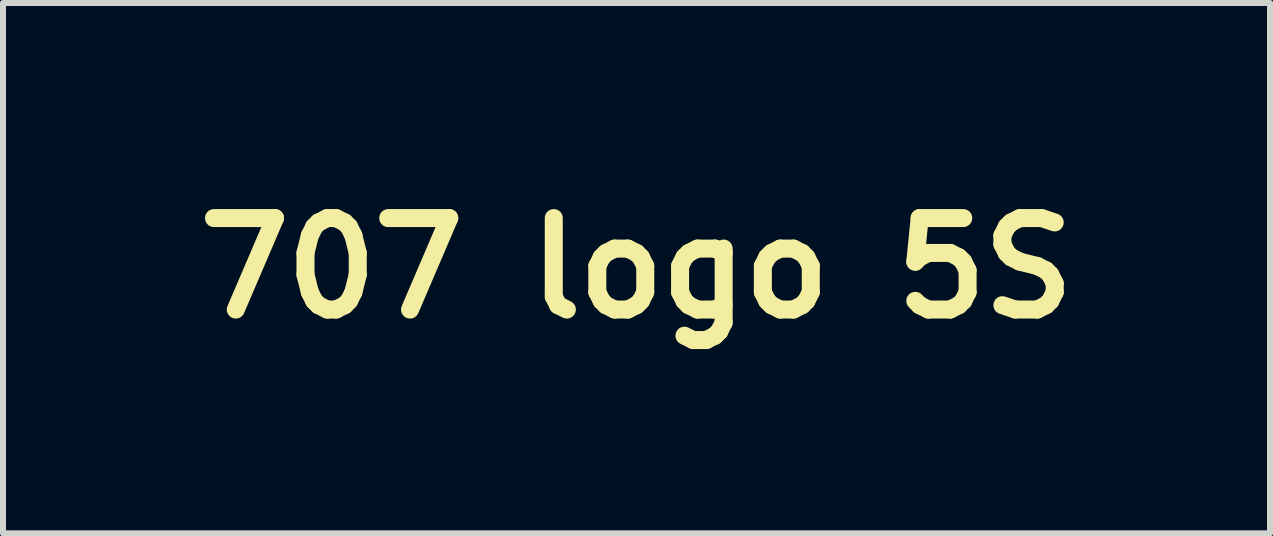
<source format=kicad_pcb>
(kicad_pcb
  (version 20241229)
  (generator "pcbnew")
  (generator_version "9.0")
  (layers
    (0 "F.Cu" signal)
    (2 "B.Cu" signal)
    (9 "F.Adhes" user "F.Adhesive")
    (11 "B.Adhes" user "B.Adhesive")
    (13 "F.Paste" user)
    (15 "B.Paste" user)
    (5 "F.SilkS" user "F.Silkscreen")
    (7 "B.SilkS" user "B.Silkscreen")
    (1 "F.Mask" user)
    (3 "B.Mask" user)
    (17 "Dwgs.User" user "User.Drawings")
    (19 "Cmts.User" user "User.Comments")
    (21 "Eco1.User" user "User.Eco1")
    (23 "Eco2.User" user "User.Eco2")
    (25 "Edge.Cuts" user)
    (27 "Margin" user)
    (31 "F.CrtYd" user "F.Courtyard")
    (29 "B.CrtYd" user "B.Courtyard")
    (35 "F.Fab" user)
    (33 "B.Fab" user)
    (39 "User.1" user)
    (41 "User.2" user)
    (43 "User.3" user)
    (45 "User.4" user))
  (footprint "707 logo 5S"
    (layer "F.Cu")
    (at 7.555 1.418)
    (property "Reference" "707 logo 5S" (at 0 0 0) (layer "F.SilkS") (effects (font (size 1.524 1.524) (thickness 0.3))))
    (attr through_hole)
    (fp_poly (pts (xy -0.292 -0.099) (xy -0.268 -0.092) (xy -0.247 -0.081) (xy -0.229 -0.066) (xy -0.213 -0.047) (xy -0.201 -0.026) (xy -0.193 -0.002) (xy -0.192 0.005) (xy -0.189 0.023) (xy -0.455 0.023) (xy -0.453 0.011) (xy -0.448 -0.01) (xy -0.438 -0.032) (xy -0.425 -0.051) (xy -0.41 -0.069) (xy -0.392 -0.083) (xy -0.391 -0.083) (xy -0.374 -0.091) (xy -0.353 -0.097) (xy -0.332 -0.101) (xy -0.31 -0.101) (xy -0.292 -0.099)) (stroke (width 0.01) (type solid)) (fill yes) (layer "F.Mask"))
    (fp_poly (pts (xy 1.178 -0.1) (xy 1.191 -0.098) (xy 1.217 -0.091) (xy 1.24 -0.08) (xy 1.261 -0.064) (xy 1.279 -0.045) (xy 1.292 -0.023) (xy 1.303 0.002) (xy 1.307 0.021) (xy 1.31 0.048) (xy 1.309 0.075) (xy 1.303 0.101) (xy 1.293 0.125) (xy 1.279 0.147) (xy 1.263 0.165) (xy 1.242 0.181) (xy 1.219 0.193) (xy 1.2 0.199) (xy 1.186 0.202) (xy 1.17 0.203) (xy 1.152 0.203) (xy 1.136 0.201) (xy 1.125 0.199) (xy 1.1 0.19) (xy 1.077 0.176) (xy 1.057 0.159) (xy 1.04 0.139) (xy 1.027 0.115) (xy 1.02 0.097) (xy 1.017 0.081) (xy 1.016 0.062) (xy 1.015 0.043) (xy 1.017 0.024) (xy 1.019 0.01) (xy 1.029 -0.016) (xy 1.042 -0.039) (xy 1.059 -0.059) (xy 1.078 -0.075) (xy 1.101 -0.088) (xy 1.125 -0.096) (xy 1.151 -0.1) (xy 1.178 -0.1)) (stroke (width 0.01) (type solid)) (fill yes) (layer "F.Mask"))
    (fp_poly (pts (xy 2.54 0.953) (xy -2.54 0.953) (xy -2.54 -0.298) (xy -2.059 -0.298) (xy -2.058 -0.287) (xy -2.056 -0.28) (xy -2.051 -0.273) (xy -2.046 -0.268) (xy -2.045 -0.267) (xy -2.042 -0.267) (xy -2.037 -0.266) (xy -2.028 -0.265) (xy -2.017 -0.265) (xy -2.002 -0.265) (xy -1.983 -0.264) (xy -1.96 -0.264) (xy -1.933 -0.264) (xy -1.909 -0.264) (xy -1.88 -0.264) (xy -1.853 -0.264) (xy -1.831 -0.264) (xy -1.812 -0.263) (xy -1.797 -0.263) (xy -1.787 -0.263) (xy -1.782 -0.262) (xy -1.781 -0.262) (xy -1.782 -0.259) (xy -1.785 -0.252) (xy -1.789 -0.242) (xy -1.796 -0.228) (xy -1.803 -0.211) (xy -1.812 -0.192) (xy -1.822 -0.171) (xy -1.832 -0.148) (xy -1.835 -0.142) (xy -1.858 -0.094) (xy -1.878 -0.051) (xy -1.896 -0.011) (xy -1.913 0.024) (xy -1.927 0.055) (xy -1.94 0.083) (xy -1.952 0.108) (xy -1.962 0.13) (xy -1.97 0.148) (xy -1.977 0.164) (xy -1.983 0.178) (xy -1.989 0.189) (xy -1.993 0.199) (xy -1.996 0.206) (xy -1.998 0.212) (xy -2 0.217) (xy -2.001 0.22) (xy -2.001 0.222) (xy -2.002 0.224) (xy -2.002 0.224) (xy -1.999 0.235) (xy -1.993 0.243) (xy -1.985 0.249) (xy -1.975 0.251) (xy -1.964 0.249) (xy -1.959 0.247) (xy -1.952 0.24) (xy -1.946 0.23) (xy -1.944 0.227) (xy -1.937 0.211) (xy -1.928 0.192) (xy -1.918 0.17) (xy -1.906 0.146) (xy -1.894 0.12) (xy -1.881 0.092) (xy -1.867 0.063) (xy -1.854 0.033) (xy -1.839 0.003) (xy -1.83 -0.017) (xy -1.61 -0.017) (xy -1.608 0.02) (xy -1.601 0.056) (xy -1.589 0.093) (xy -1.572 0.129) (xy -1.55 0.164) (xy -1.547 0.168) (xy -1.537 0.181) (xy -1.524 0.197) (xy -1.508 0.214) (xy -1.491 0.231) (xy -1.474 0.248) (xy -1.457 0.263) (xy -1.442 0.276) (xy -1.438 0.279) (xy -1.389 0.314) (xy -1.335 0.348) (xy -1.277 0.38) (xy -1.214 0.41) (xy -1.148 0.439) (xy -1.077 0.465) (xy -1.003 0.49) (xy -0.925 0.514) (xy -0.843 0.535) (xy -0.759 0.555) (xy -0.671 0.572) (xy -0.58 0.588) (xy -0.487 0.601) (xy -0.391 0.612) (xy -0.292 0.621) (xy -0.192 0.628) (xy -0.109 0.632) (xy -0.085 0.633) (xy -0.056 0.634) (xy -0.024 0.634) (xy 0.009 0.634) (xy 0.044 0.635) (xy 0.079 0.634) (xy 0.113 0.634) (xy 0.145 0.634) (xy 0.175 0.633) (xy 0.2 0.633) (xy 0.206 0.632) (xy 0.329 0.626) (xy 0.45 0.617) (xy 0.566 0.604) (xy 0.679 0.588) (xy 0.788 0.57) (xy 0.893 0.548) (xy 0.994 0.523) (xy 1.036 0.512) (xy 1.111 0.489) (xy 1.182 0.465) (xy 1.249 0.44) (xy 1.311 0.413) (xy 1.37 0.386) (xy 1.425 0.357) (xy 1.475 0.326) (xy 1.52 0.295) (xy 1.562 0.263) (xy 1.598 0.229) (xy 1.63 0.195) (xy 1.657 0.16) (xy 1.672 0.136) (xy 1.683 0.114) (xy 1.694 0.09) (xy 1.703 0.065) (xy 1.707 0.049) (xy 1.711 0.031) (xy 1.713 0.009) (xy 1.713 -0.014) (xy 1.713 -0.037) (xy 1.711 -0.059) (xy 1.707 -0.077) (xy 1.707 -0.077) (xy 1.697 -0.112) (xy 1.682 -0.146) (xy 1.663 -0.178) (xy 1.64 -0.21) (xy 1.612 -0.242) (xy 1.599 -0.255) (xy 1.58 -0.274) (xy 1.562 -0.29) (xy 1.561 -0.292) (xy 1.803 -0.292) (xy 1.805 -0.284) (xy 1.81 -0.275) (xy 1.816 -0.269) (xy 1.82 -0.267) (xy 1.824 -0.266) (xy 1.833 -0.266) (xy 1.846 -0.265) (xy 1.863 -0.265) (xy 1.884 -0.264) (xy 1.908 -0.264) (xy 1.935 -0.264) (xy 1.955 -0.264) (xy 1.984 -0.264) (xy 2.008 -0.264) (xy 2.028 -0.264) (xy 2.044 -0.264) (xy 2.057 -0.264) (xy 2.066 -0.263) (xy 2.073 -0.263) (xy 2.078 -0.263) (xy 2.08 -0.262) (xy 2.082 -0.261) (xy 2.082 -0.26) (xy 2.082 -0.26) (xy 2.081 -0.257) (xy 2.078 -0.25) (xy 2.072 -0.239) (xy 2.066 -0.224) (xy 2.057 -0.206) (xy 2.047 -0.184) (xy 2.036 -0.161) (xy 2.024 -0.134) (xy 2.011 -0.106) (xy 1.997 -0.076) (xy 1.982 -0.044) (xy 1.972 -0.023) (xy 1.953 0.019) (xy 1.935 0.057) (xy 1.919 0.091) (xy 1.906 0.12) (xy 1.894 0.146) (xy 1.885 0.167) (xy 1.877 0.185) (xy 1.871 0.199) (xy 1.866 0.209) (xy 1.864 0.217) (xy 1.863 0.221) (xy 1.863 0.221) (xy 1.862 0.23) (xy 1.864 0.236) (xy 1.867 0.24) (xy 1.876 0.248) (xy 1.887 0.251) (xy 1.898 0.25) (xy 1.903 0.248) (xy 1.909 0.242) (xy 1.916 0.232) (xy 1.917 0.229) (xy 1.92 0.224) (xy 1.924 0.215) (xy 1.931 0.202) (xy 1.938 0.185) (xy 1.947 0.166) (xy 1.958 0.144) (xy 1.969 0.12) (xy 1.981 0.094) (xy 1.994 0.066) (xy 2.007 0.038) (xy 2.021 0.008) (xy 2.035 -0.022) (xy 2.049 -0.052) (xy 2.063 -0.081) (xy 2.076 -0.11) (xy 2.089 -0.139) (xy 2.102 -0.165) (xy 2.113 -0.19) (xy 2.124 -0.213) (xy 2.133 -0.234) (xy 2.142 -0.251) (xy 2.148 -0.266) (xy 2.153 -0.277) (xy 2.156 -0.284) (xy 2.158 -0.286) (xy 2.158 -0.295) (xy 2.155 -0.304) (xy 2.15 -0.312) (xy 2.147 -0.315) (xy 2.146 -0.316) (xy 2.144 -0.317) (xy 2.141 -0.318) (xy 2.138 -0.318) (xy 2.133 -0.319) (xy 2.126 -0.319) (xy 2.117 -0.319) (xy 2.105 -0.32) (xy 2.091 -0.32) (xy 2.073 -0.32) (xy 2.051 -0.32) (xy 2.025 -0.32) (xy 1.994 -0.32) (xy 1.983 -0.32) (xy 1.95 -0.32) (xy 1.921 -0.32) (xy 1.897 -0.32) (xy 1.877 -0.32) (xy 1.86 -0.32) (xy 1.846 -0.319) (xy 1.836 -0.318) (xy 1.827 -0.318) (xy 1.821 -0.317) (xy 1.817 -0.315) (xy 1.813 -0.314) (xy 1.811 -0.312) (xy 1.81 -0.309) (xy 1.808 -0.306) (xy 1.807 -0.305) (xy 1.804 -0.298) (xy 1.803 -0.292) (xy 1.561 -0.292) (xy 1.544 -0.306) (xy 1.524 -0.32) (xy 1.502 -0.336) (xy 1.49 -0.344) (xy 1.434 -0.379) (xy 1.374 -0.411) (xy 1.309 -0.442) (xy 1.24 -0.471) (xy 1.167 -0.499) (xy 1.089 -0.524) (xy 1.007 -0.548) (xy 0.921 -0.569) (xy 0.83 -0.589) (xy 0.736 -0.606) (xy 0.711 -0.611) (xy 0.657 -0.619) (xy 0.603 -0.627) (xy 0.55 -0.634) (xy 0.496 -0.64) (xy 0.44 -0.645) (xy 0.381 -0.65) (xy 0.318 -0.655) (xy 0.26 -0.658) (xy 0.243 -0.659) (xy 0.222 -0.66) (xy 0.196 -0.66) (xy 0.168 -0.661) (xy 0.137 -0.661) (xy 0.105 -0.661) (xy 0.071 -0.662) (xy 0.037 -0.662) (xy 0.004 -0.661) (xy -0.029 -0.661) (xy -0.06 -0.661) (xy -0.089 -0.66) (xy -0.114 -0.66) (xy -0.136 -0.659) (xy -0.154 -0.658) (xy -0.156 -0.658) (xy -0.222 -0.654) (xy -0.284 -0.65) (xy -0.343 -0.645) (xy -0.398 -0.639) (xy -0.453 -0.633) (xy -0.506 -0.626) (xy -0.559 -0.618) (xy -0.606 -0.611) (xy -0.692 -0.596) (xy -0.774 -0.579) (xy -0.854 -0.56) (xy -0.93 -0.54) (xy -1.002 -0.518) (xy -1.072 -0.495) (xy -1.137 -0.471) (xy -1.199 -0.445) (xy -1.257 -0.418) (xy -1.311 -0.39) (xy -1.361 -0.36) (xy -1.407 -0.33) (xy -1.448 -0.298) (xy -1.485 -0.266) (xy -1.518 -0.232) (xy -1.545 -0.198) (xy -1.568 -0.163) (xy -1.586 -0.127) (xy -1.599 -0.091) (xy -1.607 -0.054) (xy -1.61 -0.017) (xy -1.83 -0.017) (xy -1.825 -0.028) (xy -1.811 -0.058) (xy -1.797 -0.088) (xy -1.783 -0.117) (xy -1.77 -0.145) (xy -1.758 -0.171) (xy -1.747 -0.196) (xy -1.737 -0.218) (xy -1.728 -0.237) (xy -1.72 -0.253) (xy -1.714 -0.266) (xy -1.71 -0.275) (xy -1.708 -0.281) (xy -1.708 -0.281) (xy -1.705 -0.293) (xy -1.707 -0.303) (xy -1.714 -0.312) (xy -1.714 -0.313) (xy -1.722 -0.32) (xy -1.88 -0.32) (xy -1.912 -0.32) (xy -1.94 -0.32) (xy -1.963 -0.32) (xy -1.983 -0.32) (xy -1.999 -0.32) (xy -2.011 -0.319) (xy -2.021 -0.319) (xy -2.029 -0.319) (xy -2.035 -0.318) (xy -2.039 -0.318) (xy -2.042 -0.317) (xy -2.044 -0.316) (xy -2.046 -0.315) (xy -2.046 -0.315) (xy -2.055 -0.307) (xy -2.059 -0.298) (xy -2.54 -0.298) (xy -2.54 -0.953) (xy 2.54 -0.953) (xy 2.54 0.953)) (stroke (width 0.01) (type solid)) (fill yes) (layer "F.Mask"))
    (fp_poly (pts (xy 0.105 -0.586) (xy 0.204 -0.584) (xy 0.302 -0.579) (xy 0.401 -0.572) (xy 0.438 -0.569) (xy 0.527 -0.56) (xy 0.613 -0.549) (xy 0.697 -0.536) (xy 0.779 -0.521) (xy 0.859 -0.505) (xy 0.936 -0.487) (xy 1.01 -0.468) (xy 1.081 -0.447) (xy 1.148 -0.424) (xy 1.212 -0.4) (xy 1.273 -0.375) (xy 1.329 -0.349) (xy 1.382 -0.321) (xy 1.43 -0.293) (xy 1.474 -0.263) (xy 1.513 -0.232) (xy 1.546 -0.202) (xy 1.574 -0.171) (xy 1.597 -0.14) (xy 1.615 -0.109) (xy 1.628 -0.078) (xy 1.635 -0.047) (xy 1.638 -0.015) (xy 1.636 0.016) (xy 1.628 0.047) (xy 1.616 0.079) (xy 1.598 0.11) (xy 1.576 0.141) (xy 1.548 0.172) (xy 1.547 0.173) (xy 1.518 0.2) (xy 1.486 0.226) (xy 1.451 0.251) (xy 1.411 0.276) (xy 1.368 0.301) (xy 1.32 0.325) (xy 1.317 0.327) (xy 1.251 0.356) (xy 1.181 0.384) (xy 1.107 0.41) (xy 1.029 0.434) (xy 0.947 0.456) (xy 0.862 0.476) (xy 0.774 0.494) (xy 0.683 0.51) (xy 0.589 0.524) (xy 0.494 0.535) (xy 0.396 0.545) (xy 0.296 0.552) (xy 0.196 0.556) (xy 0.094 0.559) (xy -0.009 0.558) (xy -0.104 0.556) (xy -0.2 0.551) (xy -0.295 0.545) (xy -0.389 0.536) (xy -0.48 0.525) (xy -0.569 0.512) (xy -0.656 0.497) (xy -0.74 0.48) (xy -0.822 0.462) (xy -0.9 0.441) (xy -0.975 0.419) (xy -1.047 0.395) (xy -1.114 0.37) (xy -1.178 0.343) (xy -1.238 0.314) (xy -1.293 0.285) (xy -1.333 0.26) (xy -1.375 0.231) (xy -1.412 0.202) (xy -1.444 0.172) (xy -1.471 0.141) (xy -1.494 0.11) (xy -1.511 0.079) (xy -1.524 0.048) (xy -1.53 0.023) (xy -1.534 -0.007) (xy -1.533 -0.034) (xy -1.173 -0.034) (xy -1.173 0.008) (xy -1.173 0.046) (xy -1.173 0.079) (xy -1.173 0.108) (xy -1.173 0.133) (xy -1.173 0.155) (xy -1.173 0.173) (xy -1.173 0.188) (xy -1.173 0.2) (xy -1.172 0.21) (xy -1.172 0.218) (xy -1.171 0.224) (xy -1.171 0.228) (xy -1.17 0.232) (xy -1.17 0.234) (xy -1.169 0.235) (xy -1.168 0.238) (xy -1.167 0.241) (xy -1.165 0.243) (xy -1.163 0.245) (xy -1.16 0.247) (xy -1.155 0.248) (xy -1.149 0.249) (xy -1.14 0.25) (xy -1.13 0.25) (xy -1.116 0.251) (xy -1.099 0.251) (xy -1.079 0.251) (xy -1.055 0.251) (xy -1.027 0.251) (xy -0.995 0.251) (xy -0.973 0.251) (xy -0.938 0.251) (xy -0.909 0.251) (xy -0.883 0.251) (xy -0.862 0.251) (xy -0.844 0.251) (xy -0.829 0.251) (xy -0.817 0.251) (xy -0.808 0.25) (xy -0.801 0.25) (xy -0.796 0.25) (xy -0.792 0.249) (xy -0.789 0.248) (xy -0.787 0.247) (xy -0.786 0.247) (xy -0.786 0.246) (xy -0.778 0.239) (xy -0.774 0.23) (xy -0.774 0.22) (xy -0.778 0.21) (xy -0.786 0.202) (xy -0.787 0.201) (xy -0.789 0.2) (xy -0.791 0.199) (xy -0.795 0.199) (xy -0.8 0.198) (xy -0.806 0.198) (xy -0.815 0.197) (xy -0.826 0.197) (xy -0.84 0.197) (xy -0.858 0.197) (xy -0.879 0.197) (xy -0.904 0.196) (xy -0.934 0.196) (xy -0.954 0.196) (xy -1.115 0.195) (xy -1.115 -0.008) (xy -0.998 -0.008) (xy -0.97 -0.008) (xy -0.947 -0.008) (xy -0.927 -0.008) (xy -0.912 -0.008) (xy -0.9 -0.008) (xy -0.89 -0.009) (xy -0.884 -0.009) (xy -0.879 -0.01) (xy -0.875 -0.011) (xy -0.874 -0.011) (xy -0.866 -0.018) (xy -0.861 -0.026) (xy -0.859 -0.036) (xy -0.859 -0.036) (xy -0.861 -0.045) (xy -0.866 -0.053) (xy -0.874 -0.06) (xy -0.874 -0.06) (xy -0.876 -0.061) (xy -0.88 -0.061) (xy -0.885 -0.062) (xy -0.892 -0.062) (xy -0.902 -0.063) (xy -0.915 -0.063) (xy -0.931 -0.063) (xy -0.951 -0.063) (xy -0.976 -0.063) (xy -0.998 -0.064) (xy -1.115 -0.064) (xy -1.115 -0.264) (xy -0.953 -0.265) (xy -0.92 -0.265) (xy -0.891 -0.265) (xy -0.866 -0.265) (xy -0.846 -0.265) (xy -0.829 -0.266) (xy -0.815 -0.266) (xy -0.804 -0.267) (xy -0.796 -0.268) (xy -0.79 -0.269) (xy -0.785 -0.27) (xy -0.782 -0.272) (xy -0.78 -0.274) (xy -0.778 -0.276) (xy -0.777 -0.279) (xy -0.776 -0.282) (xy -0.773 -0.288) (xy -0.773 -0.294) (xy -0.775 -0.301) (xy -0.775 -0.302) (xy -0.688 -0.302) (xy -0.688 -0.078) (xy -0.688 -0.038) (xy -0.688 -0.002) (xy -0.688 0.029) (xy -0.688 0.057) (xy -0.688 0.08) (xy -0.688 0.1) (xy -0.687 0.117) (xy -0.687 0.132) (xy -0.686 0.144) (xy -0.685 0.153) (xy -0.684 0.162) (xy -0.683 0.168) (xy -0.682 0.174) (xy -0.68 0.179) (xy -0.678 0.184) (xy -0.676 0.188) (xy -0.674 0.193) (xy -0.674 0.194) (xy -0.661 0.214) (xy -0.647 0.23) (xy -0.63 0.241) (xy -0.614 0.248) (xy -0.603 0.25) (xy -0.59 0.251) (xy -0.577 0.251) (xy -0.566 0.249) (xy -0.563 0.248) (xy -0.556 0.244) (xy -0.55 0.239) (xy -0.55 0.238) (xy -0.547 0.229) (xy -0.546 0.219) (xy -0.55 0.209) (xy -0.552 0.205) (xy -0.555 0.201) (xy -0.559 0.199) (xy -0.564 0.197) (xy -0.573 0.196) (xy -0.58 0.196) (xy -0.594 0.194) (xy -0.605 0.191) (xy -0.613 0.185) (xy -0.619 0.177) (xy -0.624 0.168) (xy -0.631 0.154) (xy -0.632 0.061) (xy -0.51 0.061) (xy -0.509 0.078) (xy -0.507 0.093) (xy -0.507 0.093) (xy -0.499 0.124) (xy -0.486 0.153) (xy -0.47 0.179) (xy -0.45 0.201) (xy -0.426 0.22) (xy -0.399 0.236) (xy -0.388 0.241) (xy -0.372 0.246) (xy -0.356 0.25) (xy -0.339 0.252) (xy -0.318 0.253) (xy -0.305 0.253) (xy -0.289 0.253) (xy -0.278 0.252) (xy -0.268 0.25) (xy -0.259 0.248) (xy -0.249 0.245) (xy -0.23 0.238) (xy -0.212 0.23) (xy -0.196 0.222) (xy -0.184 0.213) (xy -0.174 0.205) (xy -0.169 0.197) (xy -0.168 0.192) (xy -0.17 0.182) (xy -0.175 0.173) (xy -0.184 0.168) (xy -0.193 0.166) (xy -0.197 0.166) (xy -0.203 0.169) (xy -0.211 0.173) (xy -0.217 0.176) (xy -0.241 0.19) (xy -0.266 0.198) (xy -0.292 0.203) (xy -0.31 0.204) (xy -0.335 0.202) (xy -0.358 0.197) (xy -0.378 0.189) (xy -0.382 0.187) (xy -0.397 0.178) (xy -0.412 0.165) (xy -0.426 0.151) (xy -0.434 0.14) (xy -0.441 0.127) (xy -0.448 0.112) (xy -0.453 0.096) (xy -0.456 0.082) (xy -0.458 0.071) (xy -0.311 0.071) (xy -0.276 0.071) (xy -0.245 0.071) (xy -0.218 0.071) (xy -0.196 0.07) (xy -0.178 0.07) (xy -0.165 0.069) (xy -0.157 0.069) (xy -0.154 0.068) (xy -0.146 0.065) (xy -0.145 0.064) (xy -0.075 0.064) (xy -0.074 0.082) (xy -0.072 0.097) (xy -0.071 0.103) (xy -0.06 0.135) (xy -0.045 0.163) (xy -0.027 0.188) (xy -0.005 0.21) (xy 0.019 0.227) (xy 0.047 0.241) (xy 0.076 0.25) (xy 0.077 0.25) (xy 0.093 0.252) (xy 0.112 0.254) (xy 0.132 0.254) (xy 0.152 0.252) (xy 0.169 0.25) (xy 0.175 0.249) (xy 0.198 0.242) (xy 0.219 0.232) (xy 0.239 0.22) (xy 0.254 0.207) (xy 0.255 0.206) (xy 0.261 0.196) (xy 0.263 0.187) (xy 0.259 0.178) (xy 0.254 0.172) (xy 0.247 0.167) (xy 0.239 0.165) (xy 0.23 0.167) (xy 0.219 0.172) (xy 0.212 0.177) (xy 0.193 0.188) (xy 0.175 0.196) (xy 0.155 0.201) (xy 0.135 0.202) (xy 0.114 0.203) (xy 0.096 0.201) (xy 0.08 0.198) (xy 0.064 0.191) (xy 0.057 0.188) (xy 0.036 0.175) (xy 0.017 0.158) (xy 0.002 0.137) (xy -0.01 0.114) (xy -0.017 0.092) (xy -0.02 0.074) (xy -0.02 0.053) (xy -0.02 0.032) (xy -0.017 0.012) (xy -0.015 0.004) (xy -0.006 -0.022) (xy 0.006 -0.045) (xy 0.022 -0.064) (xy 0.042 -0.079) (xy 0.064 -0.091) (xy 0.089 -0.098) (xy 0.099 -0.099) (xy 0.126 -0.101) (xy 0.151 -0.097) (xy 0.174 -0.089) (xy 0.197 -0.075) (xy 0.214 -0.061) (xy 0.223 -0.053) (xy 0.23 -0.048) (xy 0.235 -0.045) (xy 0.24 -0.043) (xy 0.244 -0.043) (xy 0.253 -0.044) (xy 0.26 -0.049) (xy 0.262 -0.051) (xy 0.268 -0.059) (xy 0.269 -0.067) (xy 0.266 -0.077) (xy 0.259 -0.087) (xy 0.248 -0.1) (xy 0.238 -0.108) (xy 0.33 -0.108) (xy 0.332 -0.099) (xy 0.337 -0.093) (xy 0.341 -0.09) (xy 0.345 -0.088) (xy 0.351 -0.087) (xy 0.36 -0.086) (xy 0.363 -0.086) (xy 0.374 -0.086) (xy 0.384 -0.086) (xy 0.391 -0.085) (xy 0.392 -0.085) (xy 0.401 -0.083) (xy 0.402 0.025) (xy 0.402 0.053) (xy 0.403 0.076) (xy 0.403 0.095) (xy 0.404 0.11) (xy 0.404 0.122) (xy 0.405 0.132) (xy 0.406 0.139) (xy 0.407 0.145) (xy 0.407 0.15) (xy 0.416 0.173) (xy 0.429 0.195) (xy 0.445 0.214) (xy 0.464 0.23) (xy 0.486 0.241) (xy 0.505 0.248) (xy 0.516 0.25) (xy 0.53 0.251) (xy 0.543 0.251) (xy 0.554 0.25) (xy 0.562 0.25) (xy 0.567 0.248) (xy 0.571 0.246) (xy 0.573 0.244) (xy 0.58 0.235) (xy 0.583 0.226) (xy 0.582 0.216) (xy 0.577 0.206) (xy 0.571 0.2) (xy 0.561 0.196) (xy 0.549 0.196) (xy 0.526 0.194) (xy 0.506 0.188) (xy 0.49 0.179) (xy 0.477 0.166) (xy 0.467 0.149) (xy 0.465 0.143) (xy 0.464 0.139) (xy 0.463 0.136) (xy 0.462 0.131) (xy 0.461 0.125) (xy 0.461 0.118) (xy 0.46 0.108) (xy 0.46 0.096) (xy 0.46 0.08) (xy 0.46 0.06) (xy 0.46 0.047) (xy 0.676 0.047) (xy 0.676 0.074) (xy 0.676 0.101) (xy 0.676 0.126) (xy 0.676 0.151) (xy 0.676 0.173) (xy 0.676 0.193) (xy 0.677 0.21) (xy 0.677 0.223) (xy 0.678 0.233) (xy 0.678 0.238) (xy 0.678 0.239) (xy 0.683 0.244) (xy 0.691 0.249) (xy 0.7 0.251) (xy 0.703 0.251) (xy 0.71 0.25) (xy 0.716 0.248) (xy 0.722 0.243) (xy 0.726 0.239) (xy 0.727 0.235) (xy 0.728 0.226) (xy 0.728 0.213) (xy 0.729 0.195) (xy 0.729 0.172) (xy 0.729 0.145) (xy 0.729 0.123) (xy 0.729 0.099) (xy 0.729 0.075) (xy 0.73 0.054) (xy 0.961 0.054) (xy 0.961 0.062) (xy 0.962 0.083) (xy 0.965 0.1) (xy 0.969 0.116) (xy 0.975 0.132) (xy 0.982 0.146) (xy 0.998 0.173) (xy 1.017 0.197) (xy 1.04 0.216) (xy 1.067 0.232) (xy 1.096 0.245) (xy 1.118 0.25) (xy 1.131 0.252) (xy 1.147 0.253) (xy 1.165 0.254) (xy 1.183 0.253) (xy 1.199 0.252) (xy 1.209 0.25) (xy 1.239 0.241) (xy 1.266 0.229) (xy 1.291 0.212) (xy 1.313 0.192) (xy 1.331 0.169) (xy 1.345 0.143) (xy 1.356 0.115) (xy 1.363 0.085) (xy 1.365 0.054) (xy 1.364 0.028) (xy 1.358 -0.004) (xy 1.348 -0.034) (xy 1.333 -0.061) (xy 1.315 -0.086) (xy 1.292 -0.107) (xy 1.276 -0.12) (xy 1.249 -0.134) (xy 1.221 -0.144) (xy 1.191 -0.15) (xy 1.161 -0.152) (xy 1.131 -0.15) (xy 1.102 -0.143) (xy 1.074 -0.133) (xy 1.048 -0.119) (xy 1.024 -0.101) (xy 1.014 -0.091) (xy 0.994 -0.066) (xy 0.979 -0.04) (xy 0.968 -0.011) (xy 0.962 0.021) (xy 0.961 0.054) (xy 0.73 0.054) (xy 0.73 0.054) (xy 0.73 0.034) (xy 0.73 0.018) (xy 0.731 0.004) (xy 0.731 -0.005) (xy 0.732 -0.008) (xy 0.736 -0.028) (xy 0.744 -0.046) (xy 0.756 -0.062) (xy 0.76 -0.065) (xy 0.774 -0.077) (xy 0.788 -0.086) (xy 0.804 -0.092) (xy 0.822 -0.096) (xy 0.843 -0.099) (xy 0.868 -0.099) (xy 0.871 -0.099) (xy 0.886 -0.099) (xy 0.896 -0.1) (xy 0.904 -0.1) (xy 0.909 -0.101) (xy 0.912 -0.102) (xy 0.914 -0.104) (xy 0.914 -0.104) (xy 0.92 -0.113) (xy 0.922 -0.123) (xy 0.92 -0.129) (xy 0.915 -0.138) (xy 0.905 -0.144) (xy 0.891 -0.149) (xy 0.872 -0.152) (xy 0.855 -0.152) (xy 0.827 -0.15) (xy 0.801 -0.143) (xy 0.777 -0.131) (xy 0.755 -0.115) (xy 0.749 -0.109) (xy 0.732 -0.093) (xy 0.731 -0.112) (xy 0.729 -0.127) (xy 0.725 -0.137) (xy 0.72 -0.143) (xy 0.712 -0.147) (xy 0.702 -0.148) (xy 0.69 -0.146) (xy 0.682 -0.141) (xy 0.678 -0.135) (xy 0.678 -0.132) (xy 0.677 -0.123) (xy 0.677 -0.111) (xy 0.677 -0.095) (xy 0.676 -0.076) (xy 0.676 -0.055) (xy 0.676 -0.031) (xy 0.676 -0.006) (xy 0.676 0.02) (xy 0.676 0.047) (xy 0.46 0.047) (xy 0.46 0.036) (xy 0.46 0.023) (xy 0.46 -0.084) (xy 0.49 -0.084) (xy 0.511 -0.084) (xy 0.528 -0.085) (xy 0.541 -0.086) (xy 0.551 -0.088) (xy 0.557 -0.091) (xy 0.561 -0.094) (xy 0.562 -0.094) (xy 0.565 -0.103) (xy 0.566 -0.113) (xy 0.564 -0.122) (xy 0.564 -0.122) (xy 0.56 -0.127) (xy 0.556 -0.13) (xy 0.548 -0.132) (xy 0.538 -0.133) (xy 0.525 -0.134) (xy 0.506 -0.135) (xy 0.502 -0.135) (xy 0.46 -0.135) (xy 0.459 -0.197) (xy 0.459 -0.216) (xy 0.459 -0.231) (xy 0.458 -0.242) (xy 0.458 -0.25) (xy 0.457 -0.256) (xy 0.456 -0.26) (xy 0.455 -0.262) (xy 0.453 -0.264) (xy 0.444 -0.271) (xy 0.434 -0.275) (xy 0.423 -0.275) (xy 0.414 -0.271) (xy 0.409 -0.266) (xy 0.406 -0.259) (xy 0.404 -0.249) (xy 0.404 -0.236) (xy 0.404 -0.225) (xy 0.403 -0.212) (xy 0.403 -0.196) (xy 0.402 -0.18) (xy 0.402 -0.175) (xy 0.401 -0.135) (xy 0.377 -0.135) (xy 0.36 -0.134) (xy 0.347 -0.132) (xy 0.338 -0.128) (xy 0.333 -0.122) (xy 0.33 -0.113) (xy 0.33 -0.108) (xy 0.238 -0.108) (xy 0.233 -0.113) (xy 0.21 -0.128) (xy 0.187 -0.14) (xy 0.161 -0.147) (xy 0.132 -0.151) (xy 0.117 -0.151) (xy 0.086 -0.149) (xy 0.058 -0.144) (xy 0.033 -0.134) (xy 0.009 -0.121) (xy -0.013 -0.103) (xy -0.015 -0.101) (xy -0.035 -0.078) (xy -0.052 -0.052) (xy -0.064 -0.023) (xy -0.069 -0.007) (xy -0.072 0.008) (xy -0.074 0.025) (xy -0.075 0.045) (xy -0.075 0.064) (xy -0.145 0.064) (xy -0.141 0.06) (xy -0.138 0.051) (xy -0.137 0.04) (xy -0.137 0.034) (xy -0.14 0.002) (xy -0.147 -0.027) (xy -0.158 -0.055) (xy -0.173 -0.079) (xy -0.192 -0.101) (xy -0.214 -0.12) (xy -0.239 -0.134) (xy -0.266 -0.145) (xy -0.272 -0.147) (xy -0.286 -0.149) (xy -0.303 -0.151) (xy -0.321 -0.151) (xy -0.34 -0.15) (xy -0.356 -0.149) (xy -0.368 -0.147) (xy -0.398 -0.136) (xy -0.425 -0.122) (xy -0.448 -0.104) (xy -0.468 -0.082) (xy -0.485 -0.056) (xy -0.498 -0.026) (xy -0.505 -0.005) (xy -0.507 0.008) (xy -0.509 0.024) (xy -0.51 0.043) (xy -0.51 0.061) (xy -0.632 0.061) (xy -0.632 -0.074) (xy -0.633 -0.113) (xy -0.633 -0.148) (xy -0.633 -0.178) (xy -0.633 -0.204) (xy -0.634 -0.226) (xy -0.634 -0.244) (xy -0.634 -0.26) (xy -0.634 -0.272) (xy -0.635 -0.283) (xy -0.635 -0.29) (xy -0.635 -0.296) (xy -0.636 -0.301) (xy -0.637 -0.304) (xy -0.637 -0.306) (xy -0.638 -0.308) (xy -0.638 -0.308) (xy -0.646 -0.316) (xy -0.656 -0.319) (xy -0.666 -0.319) (xy -0.676 -0.315) (xy -0.681 -0.31) (xy -0.688 -0.302) (xy -0.775 -0.302) (xy -0.776 -0.304) (xy -0.777 -0.308) (xy -0.779 -0.31) (xy -0.781 -0.312) (xy -0.784 -0.314) (xy -0.788 -0.316) (xy -0.795 -0.317) (xy -0.803 -0.318) (xy -0.814 -0.319) (xy -0.827 -0.319) (xy -0.843 -0.32) (xy -0.863 -0.32) (xy -0.887 -0.32) (xy -0.915 -0.32) (xy -0.947 -0.32) (xy -0.972 -0.32) (xy -1.008 -0.32) (xy -1.039 -0.32) (xy -1.065 -0.32) (xy -1.088 -0.32) (xy -1.107 -0.32) (xy -1.122 -0.319) (xy -1.135 -0.319) (xy -1.144 -0.318) (xy -1.152 -0.317) (xy -1.158 -0.316) (xy -1.162 -0.314) (xy -1.165 -0.313) (xy -1.167 -0.31) (xy -1.168 -0.308) (xy -1.169 -0.305) (xy -1.17 -0.304) (xy -1.17 -0.302) (xy -1.171 -0.299) (xy -1.171 -0.294) (xy -1.172 -0.288) (xy -1.172 -0.279) (xy -1.172 -0.269) (xy -1.173 -0.255) (xy -1.173 -0.239) (xy -1.173 -0.22) (xy -1.173 -0.198) (xy -1.173 -0.171) (xy -1.173 -0.141) (xy -1.173 -0.106) (xy -1.173 -0.067) (xy -1.173 -0.034) (xy -1.533 -0.034) (xy -1.533 -0.036) (xy -1.527 -0.065) (xy -1.517 -0.094) (xy -1.51 -0.108) (xy -1.492 -0.14) (xy -1.47 -0.171) (xy -1.442 -0.201) (xy -1.41 -0.231) (xy -1.373 -0.26) (xy -1.341 -0.283) (xy -1.289 -0.315) (xy -1.232 -0.345) (xy -1.171 -0.374) (xy -1.106 -0.401) (xy -1.037 -0.427) (xy -0.964 -0.451) (xy -0.888 -0.473) (xy -0.809 -0.493) (xy -0.727 -0.511) (xy -0.642 -0.527) (xy -0.555 -0.542) (xy -0.465 -0.554) (xy -0.374 -0.565) (xy -0.28 -0.573) (xy -0.186 -0.58) (xy -0.09 -0.584) (xy 0.007 -0.586) (xy 0.105 -0.586)) (stroke (width 0.01) (type solid)) (fill yes) (layer "F.Mask")))
  (gr_rect
    (start -3 -3)
    (end 18.109 5.836)
    (stroke (width 0.1) (type default))
    (fill no)
    (layer "Edge.Cuts")))
</source>
